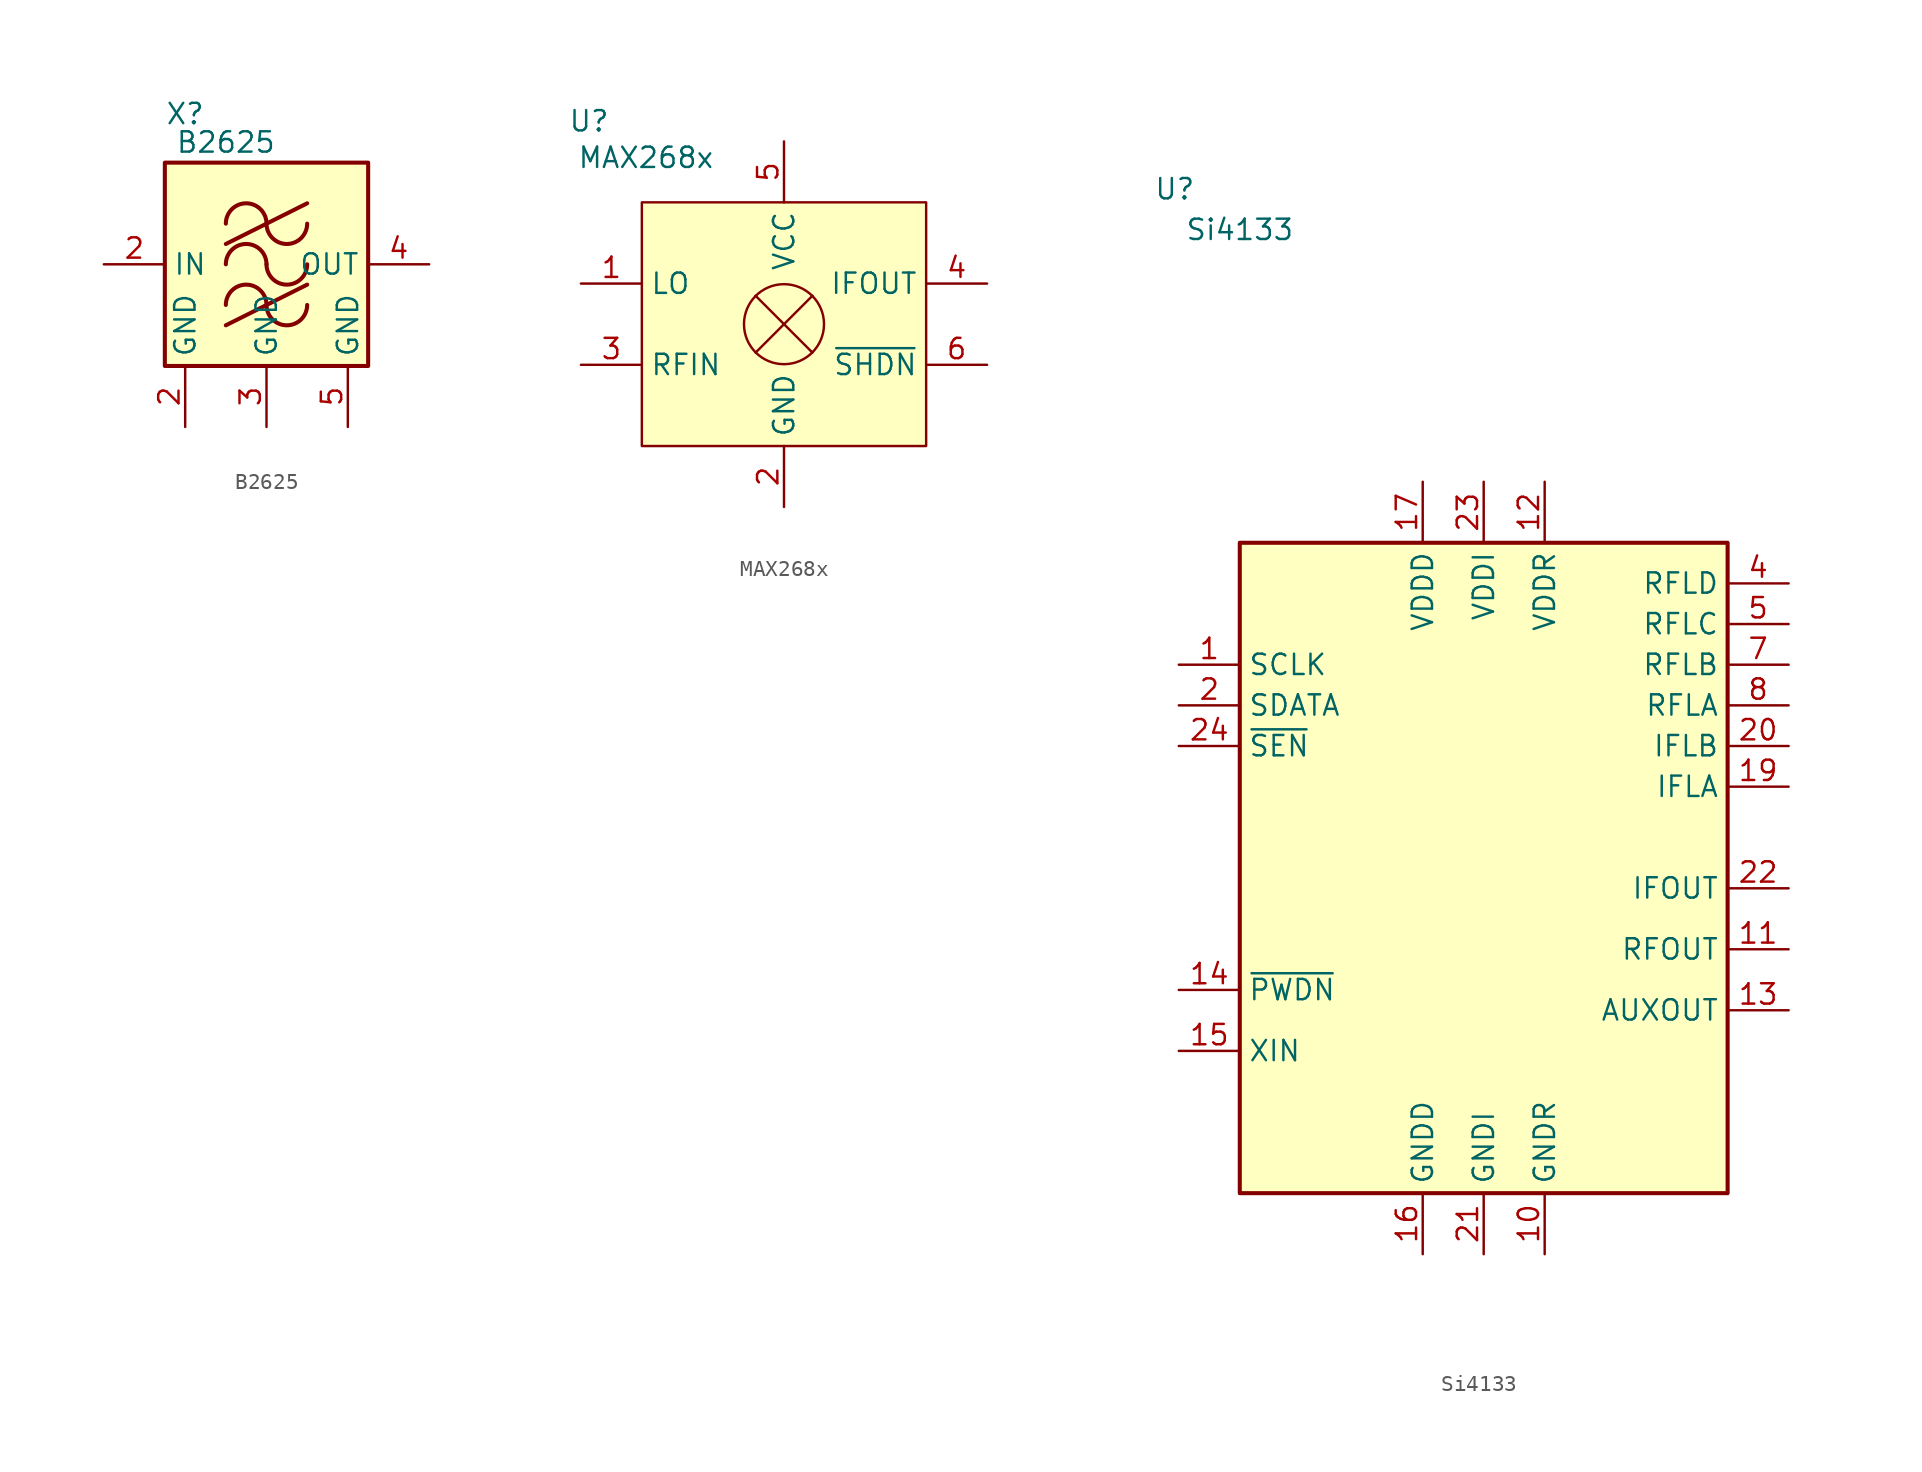
<source format=kicad_sym>
(kicad_symbol_lib
  (version 20231120)
  (generator "kicad_symbol_editor")
  (generator_version "8.0")
  (symbol "B2625"
    (property "Reference" "X"
      (at -5.08 9.398 0)
      (effects (font (size 1.27 1.27))))
    (property "Value" "B2625"
      (at -2.54 7.62 0)
      (effects (font (size 1.27 1.27))))
    (symbol "B2625_1_1"
      (rectangle (start -6.35 6.35) (end 6.35 -6.35) (stroke (width 0.254) (type default)) (fill (type background)))
      (arc (start 0 -2.54) (mid -1.27 -1.2755) (end -2.54 -2.54) (stroke (width 0.254) (type default)) (fill (type none)))
      (arc (start 0 -2.54) (mid 1.27 -3.8045) (end 2.54 -2.54) (stroke (width 0.254) (type default)) (fill (type none)))
      (arc (start 0 0) (mid -1.27 1.2645) (end -2.54 0) (stroke (width 0.254) (type default)) (fill (type none)))
      (polyline (pts (xy -2.54 -3.81) (xy 2.54 -1.27)) (stroke (width 0.254) (type default)) (fill (type none)))
      (polyline (pts (xy -2.54 1.27) (xy 2.54 3.81)) (stroke (width 0.254) (type default)) (fill (type none)))
      (arc (start 0 0) (mid 1.27 -1.2645) (end 2.54 0) (stroke (width 0.254) (type default)) (fill (type none)))
      (arc (start 0 2.54) (mid -1.27 3.8045) (end -2.54 2.54) (stroke (width 0.254) (type default)) (fill (type none)))
      (arc (start 0 2.54) (mid 1.27 1.2755) (end 2.54 2.54) (stroke (width 0.254) (type default)) (fill (type none)))
      (pin power_in line (at -5.08 -10.16 90) (length 3.81) (name "GND" (effects (font (size 1.27 1.27)))) (number "2" (effects (font (size 1.27 1.27)))))
      (pin input line (at -10.16 0 0) (length 3.81) (name "IN" (effects (font (size 1.27 1.27)))) (number "2" (effects (font (size 1.27 1.27)))))
      (pin power_in line (at 0 -10.16 90) (length 3.81) (name "GND" (effects (font (size 1.27 1.27)))) (number "3" (effects (font (size 1.27 1.27)))))
      (pin output line (at 10.16 0 180) (length 3.81) (name "OUT" (effects (font (size 1.27 1.27)))) (number "4" (effects (font (size 1.27 1.27)))))
      (pin power_in line (at 5.08 -10.16 90) (length 3.81) (name "GND" (effects (font (size 1.27 1.27)))) (number "5" (effects (font (size 1.27 1.27)))))))
  (symbol "MAX268x"
    (property "Reference" "U"
      (at -12.192 12.7 0)
      (effects (font (size 1.27 1.27))))
    (property "Value" "MAX268x"
      (at -8.636 10.414 0)
      (effects (font (size 1.27 1.27))))
    (symbol "MAX268x_0_1"
      (polyline (pts (xy -1.778 -1.778) (xy 1.778 1.778)) (stroke (width 0) (type default)) (fill (type none)))
      (polyline (pts (xy 1.778 -1.778) (xy -1.778 1.778)) (stroke (width 0) (type default)) (fill (type none)))
      (circle (center 0 0) (radius 2.502) (stroke (width 0) (type default)) (fill (type none))))
    (symbol "MAX268x_1_1"
      (rectangle (start -8.89 7.62) (end 8.89 -7.62) (stroke (width 0) (type default)) (fill (type background)))
      (pin input line (at -12.7 2.54 0) (length 3.81) (name "LO" (effects (font (size 1.27 1.27)))) (number "1" (effects (font (size 1.27 1.27)))))
      (pin power_in line (at 0 -11.43 90) (length 3.81) (name "GND" (effects (font (size 1.27 1.27)))) (number "2" (effects (font (size 1.27 1.27)))))
      (pin input line (at -12.7 -2.54 0) (length 3.81) (name "RFIN" (effects (font (size 1.27 1.27)))) (number "3" (effects (font (size 1.27 1.27)))))
      (pin output line (at 12.7 2.54 180) (length 3.81) (name "IFOUT" (effects (font (size 1.27 1.27)))) (number "4" (effects (font (size 1.27 1.27)))))
      (pin power_in line (at 0 11.43 270) (length 3.81) (name "VCC" (effects (font (size 1.27 1.27)))) (number "5" (effects (font (size 1.27 1.27)))))
      (pin input line (at 12.7 -2.54 180) (length 3.81) (name "~{SHDN}" (effects (font (size 1.27 1.27)))) (number "6" (effects (font (size 1.27 1.27)))))))
  (symbol "Si4133"
    (property "Reference" "U"
      (at -19.304 42.418 0)
      (effects (font (size 1.27 1.27))))
    (property "Value" "Si4133"
      (at -15.24 39.878 0)
      (effects (font (size 1.27 1.27))))
    (symbol "Si4133_0_1"
      (rectangle (start -15.24 20.32) (end 15.24 -20.32) (stroke (width 0.254) (type default)) (fill (type background))))
    (symbol "Si4133_1_1"
      (pin input line (at -19.05 12.7 0) (length 3.81) (name "SCLK" (effects (font (size 1.27 1.27)))) (number "1" (effects (font (size 1.27 1.27)))))
      (pin power_in line (at 3.81 -24.13 90) (length 3.81) (name "GNDR" (effects (font (size 1.27 1.27)))) (number "10" (effects (font (size 1.27 1.27)))))
      (pin output line (at 19.05 -5.08 180) (length 3.81) (name "RFOUT" (effects (font (size 1.27 1.27)))) (number "11" (effects (font (size 1.27 1.27)))))
      (pin power_in line (at 3.81 24.13 270) (length 3.81) (name "VDDR" (effects (font (size 1.27 1.27)))) (number "12" (effects (font (size 1.27 1.27)))))
      (pin output line (at 19.05 -8.89 180) (length 3.81) (name "AUXOUT" (effects (font (size 1.27 1.27)))) (number "13" (effects (font (size 1.27 1.27)))))
      (pin input line (at -19.05 -7.62 0) (length 3.81) (name "~{PWDN}" (effects (font (size 1.27 1.27)))) (number "14" (effects (font (size 1.27 1.27)))))
      (pin input line (at -19.05 -11.43 0) (length 3.81) (name "XIN" (effects (font (size 1.27 1.27)))) (number "15" (effects (font (size 1.27 1.27)))))
      (pin power_in line (at -3.81 -24.13 90) (length 3.81) (name "GNDD" (effects (font (size 1.27 1.27)))) (number "16" (effects (font (size 1.27 1.27)))))
      (pin power_in line (at -3.81 24.13 270) (length 3.81) (name "VDDD" (effects (font (size 1.27 1.27)))) (number "17" (effects (font (size 1.27 1.27)))))
      (pin power_in line (at -3.81 -24.13 90) (length 3.81) hide (name "GNDD" (effects (font (size 1.27 1.27)))) (number "18" (effects (font (size 1.27 1.27)))))
      (pin passive line (at 19.05 5.08 180) (length 3.81) (name "IFLA" (effects (font (size 1.27 1.27)))) (number "19" (effects (font (size 1.27 1.27)))))
      (pin input line (at -19.05 10.16 0) (length 3.81) (name "SDATA" (effects (font (size 1.27 1.27)))) (number "2" (effects (font (size 1.27 1.27)))))
      (pin passive line (at 19.05 7.62 180) (length 3.81) (name "IFLB" (effects (font (size 1.27 1.27)))) (number "20" (effects (font (size 1.27 1.27)))))
      (pin power_in line (at 0 -24.13 90) (length 3.81) (name "GNDI" (effects (font (size 1.27 1.27)))) (number "21" (effects (font (size 1.27 1.27)))))
      (pin output line (at 19.05 -1.27 180) (length 3.81) (name "IFOUT" (effects (font (size 1.27 1.27)))) (number "22" (effects (font (size 1.27 1.27)))))
      (pin power_in line (at 0 24.13 270) (length 3.81) (name "VDDI" (effects (font (size 1.27 1.27)))) (number "23" (effects (font (size 1.27 1.27)))))
      (pin input line (at -19.05 7.62 0) (length 3.81) (name "~{SEN}" (effects (font (size 1.27 1.27)))) (number "24" (effects (font (size 1.27 1.27)))))
      (pin power_in line (at 3.81 -24.13 90) (length 3.81) hide (name "GNDR" (effects (font (size 1.27 1.27)))) (number "3" (effects (font (size 1.27 1.27)))))
      (pin passive line (at 19.05 17.78 180) (length 3.81) (name "RFLD" (effects (font (size 1.27 1.27)))) (number "4" (effects (font (size 1.27 1.27)))))
      (pin passive line (at 19.05 15.24 180) (length 3.81) (name "RFLC" (effects (font (size 1.27 1.27)))) (number "5" (effects (font (size 1.27 1.27)))))
      (pin power_in line (at 3.81 -24.13 90) (length 3.81) hide (name "GNDR" (effects (font (size 1.27 1.27)))) (number "6" (effects (font (size 1.27 1.27)))))
      (pin passive line (at 19.05 12.7 180) (length 3.81) (name "RFLB" (effects (font (size 1.27 1.27)))) (number "7" (effects (font (size 1.27 1.27)))))
      (pin passive line (at 19.05 10.16 180) (length 3.81) (name "RFLA" (effects (font (size 1.27 1.27)))) (number "8" (effects (font (size 1.27 1.27)))))
      (pin power_in line (at 3.81 -24.13 90) (length 3.81) hide (name "GNDR" (effects (font (size 1.27 1.27)))) (number "9" (effects (font (size 1.27 1.27))))))))
</source>
